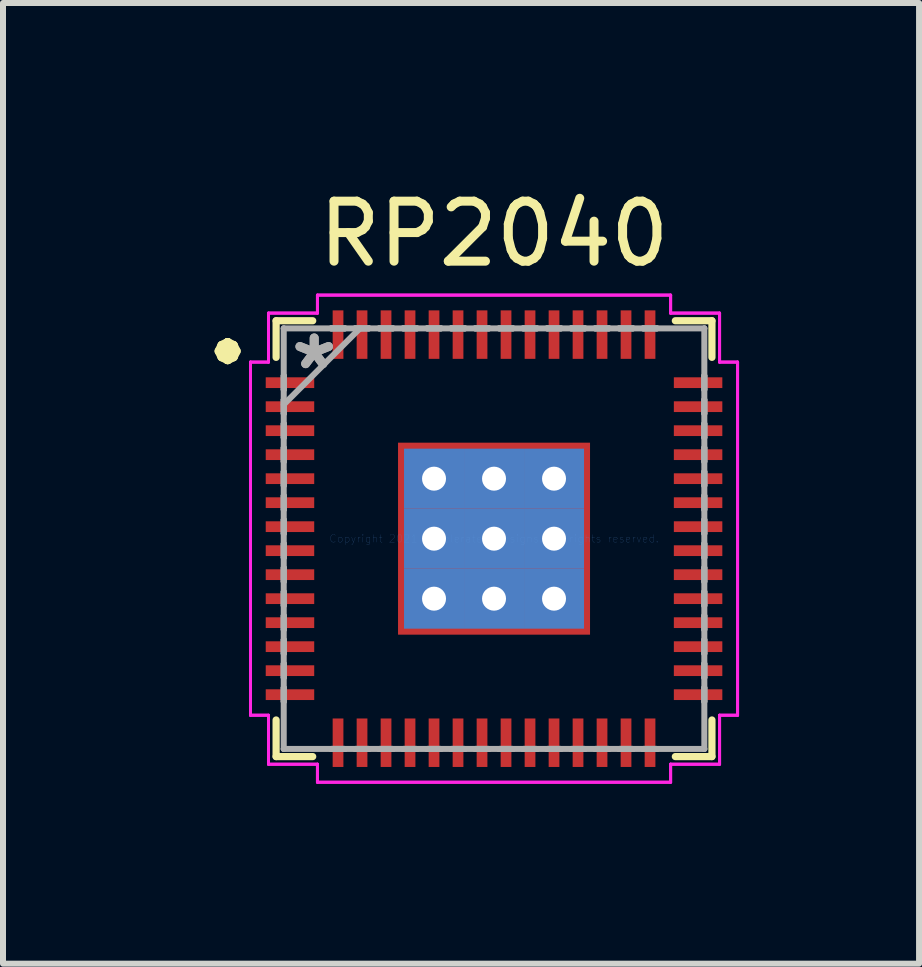
<source format=kicad_pcb>
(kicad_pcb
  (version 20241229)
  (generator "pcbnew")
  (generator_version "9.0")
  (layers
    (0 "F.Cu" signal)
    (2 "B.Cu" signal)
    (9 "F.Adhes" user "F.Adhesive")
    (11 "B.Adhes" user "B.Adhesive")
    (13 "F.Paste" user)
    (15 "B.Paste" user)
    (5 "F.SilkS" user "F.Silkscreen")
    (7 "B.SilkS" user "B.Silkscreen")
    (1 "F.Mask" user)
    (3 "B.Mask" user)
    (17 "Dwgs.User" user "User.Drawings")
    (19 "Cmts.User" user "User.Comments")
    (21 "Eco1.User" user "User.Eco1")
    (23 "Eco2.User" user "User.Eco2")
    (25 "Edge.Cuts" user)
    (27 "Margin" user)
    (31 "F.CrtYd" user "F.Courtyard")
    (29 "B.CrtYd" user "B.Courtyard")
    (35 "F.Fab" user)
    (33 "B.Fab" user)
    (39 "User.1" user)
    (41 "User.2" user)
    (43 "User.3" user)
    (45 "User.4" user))
  (footprint "RP2040"
    (layer "F.Cu")
    (at 5.184 5.928)
    (property "Reference" "RP2040" (at 0 -5.08 0) (layer "F.SilkS") (effects (font (size 1 1) (thickness 0.15))))
    (attr through_hole)
    (fp_line (start -3.632 -3.632) (end -3.632 -3.022) (stroke (width 0.12) (type solid)) (layer "F.SilkS"))
    (fp_line (start -3.632 3.022) (end -3.632 3.632) (stroke (width 0.12) (type solid)) (layer "F.SilkS"))
    (fp_line (start -3.632 3.632) (end -3.022 3.632) (stroke (width 0.12) (type solid)) (layer "F.SilkS"))
    (fp_line (start -3.022 -3.632) (end -3.632 -3.632) (stroke (width 0.12) (type solid)) (layer "F.SilkS"))
    (fp_line (start 3.022 3.632) (end 3.632 3.632) (stroke (width 0.12) (type solid)) (layer "F.SilkS"))
    (fp_line (start 3.632 -3.632) (end 3.022 -3.632) (stroke (width 0.12) (type solid)) (layer "F.SilkS"))
    (fp_line (start 3.632 -3.022) (end 3.632 -3.632) (stroke (width 0.12) (type solid)) (layer "F.SilkS"))
    (fp_line (start 3.632 3.632) (end 3.632 3.022) (stroke (width 0.12) (type solid)) (layer "F.SilkS"))
    (fp_poly (pts (xy -1.5 -1.5) (xy -1.5 -0.1) (xy -0.1 -0.1) (xy -0.1 -1.5)) (stroke (width 0.1) (type solid)) (fill yes) (layer "F.Paste"))
    (fp_poly (pts (xy -1.5 0.1) (xy -1.5 1.5) (xy -0.1 1.5) (xy -0.1 0.1)) (stroke (width 0.1) (type solid)) (fill yes) (layer "F.Paste"))
    (fp_poly (pts (xy 0.1 -1.5) (xy 0.1 -0.1) (xy 1.5 -0.1) (xy 1.5 -1.5)) (stroke (width 0.1) (type solid)) (fill yes) (layer "F.Paste"))
    (fp_poly (pts (xy 0.1 0.1) (xy 0.1 1.5) (xy 1.5 1.5) (xy 1.5 0.1)) (stroke (width 0.1) (type solid)) (fill yes) (layer "F.Paste"))
    (fp_line (start -4.059 -2.943) (end -3.759 -2.943) (stroke (width 0.05) (type solid)) (layer "F.CrtYd"))
    (fp_line (start -4.059 -2.943) (end -3.759 -2.943) (stroke (width 0.05) (type solid)) (layer "F.CrtYd"))
    (fp_line (start -4.059 2.943) (end -4.059 -2.943) (stroke (width 0.05) (type solid)) (layer "F.CrtYd"))
    (fp_line (start -4.059 2.943) (end -4.059 -2.943) (stroke (width 0.05) (type solid)) (layer "F.CrtYd"))
    (fp_line (start -3.759 -3.759) (end -2.943 -3.759) (stroke (width 0.05) (type solid)) (layer "F.CrtYd"))
    (fp_line (start -3.759 -3.759) (end -2.943 -3.759) (stroke (width 0.05) (type solid)) (layer "F.CrtYd"))
    (fp_line (start -3.759 -2.943) (end -3.759 -3.759) (stroke (width 0.05) (type solid)) (layer "F.CrtYd"))
    (fp_line (start -3.759 -2.943) (end -3.759 -3.759) (stroke (width 0.05) (type solid)) (layer "F.CrtYd"))
    (fp_line (start -3.759 2.943) (end -4.059 2.943) (stroke (width 0.05) (type solid)) (layer "F.CrtYd"))
    (fp_line (start -3.759 2.943) (end -4.059 2.943) (stroke (width 0.05) (type solid)) (layer "F.CrtYd"))
    (fp_line (start -3.759 3.759) (end -3.759 2.943) (stroke (width 0.05) (type solid)) (layer "F.CrtYd"))
    (fp_line (start -3.759 3.759) (end -3.759 2.943) (stroke (width 0.05) (type solid)) (layer "F.CrtYd"))
    (fp_line (start -2.943 -4.059) (end 2.943 -4.059) (stroke (width 0.05) (type solid)) (layer "F.CrtYd"))
    (fp_line (start -2.943 -4.059) (end 2.943 -4.059) (stroke (width 0.05) (type solid)) (layer "F.CrtYd"))
    (fp_line (start -2.943 -3.759) (end -2.943 -4.059) (stroke (width 0.05) (type solid)) (layer "F.CrtYd"))
    (fp_line (start -2.943 -3.759) (end -2.943 -4.059) (stroke (width 0.05) (type solid)) (layer "F.CrtYd"))
    (fp_line (start -2.943 3.759) (end -3.759 3.759) (stroke (width 0.05) (type solid)) (layer "F.CrtYd"))
    (fp_line (start -2.943 3.759) (end -3.759 3.759) (stroke (width 0.05) (type solid)) (layer "F.CrtYd"))
    (fp_line (start -2.943 4.059) (end -2.943 3.759) (stroke (width 0.05) (type solid)) (layer "F.CrtYd"))
    (fp_line (start -2.943 4.059) (end -2.943 3.759) (stroke (width 0.05) (type solid)) (layer "F.CrtYd"))
    (fp_line (start 2.943 -4.059) (end 2.943 -3.759) (stroke (width 0.05) (type solid)) (layer "F.CrtYd"))
    (fp_line (start 2.943 -4.059) (end 2.943 -3.759) (stroke (width 0.05) (type solid)) (layer "F.CrtYd"))
    (fp_line (start 2.943 -3.759) (end 3.759 -3.759) (stroke (width 0.05) (type solid)) (layer "F.CrtYd"))
    (fp_line (start 2.943 -3.759) (end 3.759 -3.759) (stroke (width 0.05) (type solid)) (layer "F.CrtYd"))
    (fp_line (start 2.943 3.759) (end 2.943 4.059) (stroke (width 0.05) (type solid)) (layer "F.CrtYd"))
    (fp_line (start 2.943 3.759) (end 2.943 4.059) (stroke (width 0.05) (type solid)) (layer "F.CrtYd"))
    (fp_line (start 2.943 4.059) (end -2.943 4.059) (stroke (width 0.05) (type solid)) (layer "F.CrtYd"))
    (fp_line (start 2.943 4.059) (end -2.943 4.059) (stroke (width 0.05) (type solid)) (layer "F.CrtYd"))
    (fp_line (start 3.759 -3.759) (end 3.759 -2.943) (stroke (width 0.05) (type solid)) (layer "F.CrtYd"))
    (fp_line (start 3.759 -3.759) (end 3.759 -2.943) (stroke (width 0.05) (type solid)) (layer "F.CrtYd"))
    (fp_line (start 3.759 -2.943) (end 4.059 -2.943) (stroke (width 0.05) (type solid)) (layer "F.CrtYd"))
    (fp_line (start 3.759 -2.943) (end 4.059 -2.943) (stroke (width 0.05) (type solid)) (layer "F.CrtYd"))
    (fp_line (start 3.759 2.943) (end 3.759 3.759) (stroke (width 0.05) (type solid)) (layer "F.CrtYd"))
    (fp_line (start 3.759 2.943) (end 3.759 3.759) (stroke (width 0.05) (type solid)) (layer "F.CrtYd"))
    (fp_line (start 3.759 3.759) (end 2.943 3.759) (stroke (width 0.05) (type solid)) (layer "F.CrtYd"))
    (fp_line (start 3.759 3.759) (end 2.943 3.759) (stroke (width 0.05) (type solid)) (layer "F.CrtYd"))
    (fp_line (start 4.059 -2.943) (end 4.059 2.943) (stroke (width 0.05) (type solid)) (layer "F.CrtYd"))
    (fp_line (start 4.059 -2.943) (end 4.059 2.943) (stroke (width 0.05) (type solid)) (layer "F.CrtYd"))
    (fp_line (start 4.059 2.943) (end 3.759 2.943) (stroke (width 0.05) (type solid)) (layer "F.CrtYd"))
    (fp_line (start 4.059 2.943) (end 3.759 2.943) (stroke (width 0.05) (type solid)) (layer "F.CrtYd"))
    (fp_line (start -3.505 -3.505) (end -3.505 -3.505) (stroke (width 0.1) (type solid)) (layer "F.Fab"))
    (fp_line (start -3.505 -3.505) (end -3.505 3.505) (stroke (width 0.1) (type solid)) (layer "F.Fab"))
    (fp_line (start -3.505 -2.714) (end -3.505 -2.714) (stroke (width 0.1) (type solid)) (layer "F.Fab"))
    (fp_line (start -3.505 -2.714) (end -3.505 -2.486) (stroke (width 0.1) (type solid)) (layer "F.Fab"))
    (fp_line (start -3.505 -2.486) (end -3.505 -2.714) (stroke (width 0.1) (type solid)) (layer "F.Fab"))
    (fp_line (start -3.505 -2.486) (end -3.505 -2.486) (stroke (width 0.1) (type solid)) (layer "F.Fab"))
    (fp_line (start -3.505 -2.314) (end -3.505 -2.314) (stroke (width 0.1) (type solid)) (layer "F.Fab"))
    (fp_line (start -3.505 -2.314) (end -3.505 -2.086) (stroke (width 0.1) (type solid)) (layer "F.Fab"))
    (fp_line (start -3.505 -2.235) (end -2.235 -3.505) (stroke (width 0.1) (type solid)) (layer "F.Fab"))
    (fp_line (start -3.505 -2.086) (end -3.505 -2.314) (stroke (width 0.1) (type solid)) (layer "F.Fab"))
    (fp_line (start -3.505 -2.086) (end -3.505 -2.086) (stroke (width 0.1) (type solid)) (layer "F.Fab"))
    (fp_line (start -3.505 -1.914) (end -3.505 -1.914) (stroke (width 0.1) (type solid)) (layer "F.Fab"))
    (fp_line (start -3.505 -1.914) (end -3.505 -1.686) (stroke (width 0.1) (type solid)) (layer "F.Fab"))
    (fp_line (start -3.505 -1.686) (end -3.505 -1.914) (stroke (width 0.1) (type solid)) (layer "F.Fab"))
    (fp_line (start -3.505 -1.686) (end -3.505 -1.686) (stroke (width 0.1) (type solid)) (layer "F.Fab"))
    (fp_line (start -3.505 -1.514) (end -3.505 -1.514) (stroke (width 0.1) (type solid)) (layer "F.Fab"))
    (fp_line (start -3.505 -1.514) (end -3.505 -1.286) (stroke (width 0.1) (type solid)) (layer "F.Fab"))
    (fp_line (start -3.505 -1.286) (end -3.505 -1.514) (stroke (width 0.1) (type solid)) (layer "F.Fab"))
    (fp_line (start -3.505 -1.286) (end -3.505 -1.286) (stroke (width 0.1) (type solid)) (layer "F.Fab"))
    (fp_line (start -3.505 -1.114) (end -3.505 -1.114) (stroke (width 0.1) (type solid)) (layer "F.Fab"))
    (fp_line (start -3.505 -1.114) (end -3.505 -0.886) (stroke (width 0.1) (type solid)) (layer "F.Fab"))
    (fp_line (start -3.505 -0.886) (end -3.505 -1.114) (stroke (width 0.1) (type solid)) (layer "F.Fab"))
    (fp_line (start -3.505 -0.886) (end -3.505 -0.886) (stroke (width 0.1) (type solid)) (layer "F.Fab"))
    (fp_line (start -3.505 -0.714) (end -3.505 -0.714) (stroke (width 0.1) (type solid)) (layer "F.Fab"))
    (fp_line (start -3.505 -0.714) (end -3.505 -0.486) (stroke (width 0.1) (type solid)) (layer "F.Fab"))
    (fp_line (start -3.505 -0.486) (end -3.505 -0.714) (stroke (width 0.1) (type solid)) (layer "F.Fab"))
    (fp_line (start -3.505 -0.486) (end -3.505 -0.486) (stroke (width 0.1) (type solid)) (layer "F.Fab"))
    (fp_line (start -3.505 -0.314) (end -3.505 -0.314) (stroke (width 0.1) (type solid)) (layer "F.Fab"))
    (fp_line (start -3.505 -0.314) (end -3.505 -0.086) (stroke (width 0.1) (type solid)) (layer "F.Fab"))
    (fp_line (start -3.505 -0.086) (end -3.505 -0.314) (stroke (width 0.1) (type solid)) (layer "F.Fab"))
    (fp_line (start -3.505 -0.086) (end -3.505 -0.086) (stroke (width 0.1) (type solid)) (layer "F.Fab"))
    (fp_line (start -3.505 0.086) (end -3.505 0.086) (stroke (width 0.1) (type solid)) (layer "F.Fab"))
    (fp_line (start -3.505 0.086) (end -3.505 0.314) (stroke (width 0.1) (type solid)) (layer "F.Fab"))
    (fp_line (start -3.505 0.314) (end -3.505 0.086) (stroke (width 0.1) (type solid)) (layer "F.Fab"))
    (fp_line (start -3.505 0.314) (end -3.505 0.314) (stroke (width 0.1) (type solid)) (layer "F.Fab"))
    (fp_line (start -3.505 0.486) (end -3.505 0.486) (stroke (width 0.1) (type solid)) (layer "F.Fab"))
    (fp_line (start -3.505 0.486) (end -3.505 0.714) (stroke (width 0.1) (type solid)) (layer "F.Fab"))
    (fp_line (start -3.505 0.714) (end -3.505 0.486) (stroke (width 0.1) (type solid)) (layer "F.Fab"))
    (fp_line (start -3.505 0.714) (end -3.505 0.714) (stroke (width 0.1) (type solid)) (layer "F.Fab"))
    (fp_line (start -3.505 0.886) (end -3.505 0.886) (stroke (width 0.1) (type solid)) (layer "F.Fab"))
    (fp_line (start -3.505 0.886) (end -3.505 1.114) (stroke (width 0.1) (type solid)) (layer "F.Fab"))
    (fp_line (start -3.505 1.114) (end -3.505 0.886) (stroke (width 0.1) (type solid)) (layer "F.Fab"))
    (fp_line (start -3.505 1.114) (end -3.505 1.114) (stroke (width 0.1) (type solid)) (layer "F.Fab"))
    (fp_line (start -3.505 1.286) (end -3.505 1.286) (stroke (width 0.1) (type solid)) (layer "F.Fab"))
    (fp_line (start -3.505 1.286) (end -3.505 1.514) (stroke (width 0.1) (type solid)) (layer "F.Fab"))
    (fp_line (start -3.505 1.514) (end -3.505 1.286) (stroke (width 0.1) (type solid)) (layer "F.Fab"))
    (fp_line (start -3.505 1.514) (end -3.505 1.514) (stroke (width 0.1) (type solid)) (layer "F.Fab"))
    (fp_line (start -3.505 1.686) (end -3.505 1.686) (stroke (width 0.1) (type solid)) (layer "F.Fab"))
    (fp_line (start -3.505 1.686) (end -3.505 1.914) (stroke (width 0.1) (type solid)) (layer "F.Fab"))
    (fp_line (start -3.505 1.914) (end -3.505 1.686) (stroke (width 0.1) (type solid)) (layer "F.Fab"))
    (fp_line (start -3.505 1.914) (end -3.505 1.914) (stroke (width 0.1) (type solid)) (layer "F.Fab"))
    (fp_line (start -3.505 2.086) (end -3.505 2.086) (stroke (width 0.1) (type solid)) (layer "F.Fab"))
    (fp_line (start -3.505 2.086) (end -3.505 2.314) (stroke (width 0.1) (type solid)) (layer "F.Fab"))
    (fp_line (start -3.505 2.314) (end -3.505 2.086) (stroke (width 0.1) (type solid)) (layer "F.Fab"))
    (fp_line (start -3.505 2.314) (end -3.505 2.314) (stroke (width 0.1) (type solid)) (layer "F.Fab"))
    (fp_line (start -3.505 2.486) (end -3.505 2.486) (stroke (width 0.1) (type solid)) (layer "F.Fab"))
    (fp_line (start -3.505 2.486) (end -3.505 2.714) (stroke (width 0.1) (type solid)) (layer "F.Fab"))
    (fp_line (start -3.505 2.714) (end -3.505 2.486) (stroke (width 0.1) (type solid)) (layer "F.Fab"))
    (fp_line (start -3.505 2.714) (end -3.505 2.714) (stroke (width 0.1) (type solid)) (layer "F.Fab"))
    (fp_line (start -3.505 3.505) (end -3.505 3.505) (stroke (width 0.1) (type solid)) (layer "F.Fab"))
    (fp_line (start -3.505 3.505) (end 3.505 3.505) (stroke (width 0.1) (type solid)) (layer "F.Fab"))
    (fp_line (start -2.714 -3.505) (end -2.714 -3.505) (stroke (width 0.1) (type solid)) (layer "F.Fab"))
    (fp_line (start -2.714 -3.505) (end -2.486 -3.505) (stroke (width 0.1) (type solid)) (layer "F.Fab"))
    (fp_line (start -2.714 3.505) (end -2.714 3.505) (stroke (width 0.1) (type solid)) (layer "F.Fab"))
    (fp_line (start -2.714 3.505) (end -2.486 3.505) (stroke (width 0.1) (type solid)) (layer "F.Fab"))
    (fp_line (start -2.486 -3.505) (end -2.714 -3.505) (stroke (width 0.1) (type solid)) (layer "F.Fab"))
    (fp_line (start -2.486 -3.505) (end -2.486 -3.505) (stroke (width 0.1) (type solid)) (layer "F.Fab"))
    (fp_line (start -2.486 3.505) (end -2.714 3.505) (stroke (width 0.1) (type solid)) (layer "F.Fab"))
    (fp_line (start -2.486 3.505) (end -2.486 3.505) (stroke (width 0.1) (type solid)) (layer "F.Fab"))
    (fp_line (start -2.314 -3.505) (end -2.314 -3.505) (stroke (width 0.1) (type solid)) (layer "F.Fab"))
    (fp_line (start -2.314 -3.505) (end -2.086 -3.505) (stroke (width 0.1) (type solid)) (layer "F.Fab"))
    (fp_line (start -2.314 3.505) (end -2.314 3.505) (stroke (width 0.1) (type solid)) (layer "F.Fab"))
    (fp_line (start -2.314 3.505) (end -2.086 3.505) (stroke (width 0.1) (type solid)) (layer "F.Fab"))
    (fp_line (start -2.086 -3.505) (end -2.314 -3.505) (stroke (width 0.1) (type solid)) (layer "F.Fab"))
    (fp_line (start -2.086 -3.505) (end -2.086 -3.505) (stroke (width 0.1) (type solid)) (layer "F.Fab"))
    (fp_line (start -2.086 3.505) (end -2.314 3.505) (stroke (width 0.1) (type solid)) (layer "F.Fab"))
    (fp_line (start -2.086 3.505) (end -2.086 3.505) (stroke (width 0.1) (type solid)) (layer "F.Fab"))
    (fp_line (start -1.914 -3.505) (end -1.914 -3.505) (stroke (width 0.1) (type solid)) (layer "F.Fab"))
    (fp_line (start -1.914 -3.505) (end -1.686 -3.505) (stroke (width 0.1) (type solid)) (layer "F.Fab"))
    (fp_line (start -1.914 3.505) (end -1.914 3.505) (stroke (width 0.1) (type solid)) (layer "F.Fab"))
    (fp_line (start -1.914 3.505) (end -1.686 3.505) (stroke (width 0.1) (type solid)) (layer "F.Fab"))
    (fp_line (start -1.686 -3.505) (end -1.914 -3.505) (stroke (width 0.1) (type solid)) (layer "F.Fab"))
    (fp_line (start -1.686 -3.505) (end -1.686 -3.505) (stroke (width 0.1) (type solid)) (layer "F.Fab"))
    (fp_line (start -1.686 3.505) (end -1.914 3.505) (stroke (width 0.1) (type solid)) (layer "F.Fab"))
    (fp_line (start -1.686 3.505) (end -1.686 3.505) (stroke (width 0.1) (type solid)) (layer "F.Fab"))
    (fp_line (start -1.514 -3.505) (end -1.514 -3.505) (stroke (width 0.1) (type solid)) (layer "F.Fab"))
    (fp_line (start -1.514 -3.505) (end -1.286 -3.505) (stroke (width 0.1) (type solid)) (layer "F.Fab"))
    (fp_line (start -1.514 3.505) (end -1.514 3.505) (stroke (width 0.1) (type solid)) (layer "F.Fab"))
    (fp_line (start -1.514 3.505) (end -1.286 3.505) (stroke (width 0.1) (type solid)) (layer "F.Fab"))
    (fp_line (start -1.286 -3.505) (end -1.514 -3.505) (stroke (width 0.1) (type solid)) (layer "F.Fab"))
    (fp_line (start -1.286 -3.505) (end -1.286 -3.505) (stroke (width 0.1) (type solid)) (layer "F.Fab"))
    (fp_line (start -1.286 3.505) (end -1.514 3.505) (stroke (width 0.1) (type solid)) (layer "F.Fab"))
    (fp_line (start -1.286 3.505) (end -1.286 3.505) (stroke (width 0.1) (type solid)) (layer "F.Fab"))
    (fp_line (start -1.114 -3.505) (end -1.114 -3.505) (stroke (width 0.1) (type solid)) (layer "F.Fab"))
    (fp_line (start -1.114 -3.505) (end -0.886 -3.505) (stroke (width 0.1) (type solid)) (layer "F.Fab"))
    (fp_line (start -1.114 3.505) (end -1.114 3.505) (stroke (width 0.1) (type solid)) (layer "F.Fab"))
    (fp_line (start -1.114 3.505) (end -0.886 3.505) (stroke (width 0.1) (type solid)) (layer "F.Fab"))
    (fp_line (start -0.886 -3.505) (end -1.114 -3.505) (stroke (width 0.1) (type solid)) (layer "F.Fab"))
    (fp_line (start -0.886 -3.505) (end -0.886 -3.505) (stroke (width 0.1) (type solid)) (layer "F.Fab"))
    (fp_line (start -0.886 3.505) (end -1.114 3.505) (stroke (width 0.1) (type solid)) (layer "F.Fab"))
    (fp_line (start -0.886 3.505) (end -0.886 3.505) (stroke (width 0.1) (type solid)) (layer "F.Fab"))
    (fp_line (start -0.714 -3.505) (end -0.714 -3.505) (stroke (width 0.1) (type solid)) (layer "F.Fab"))
    (fp_line (start -0.714 -3.505) (end -0.486 -3.505) (stroke (width 0.1) (type solid)) (layer "F.Fab"))
    (fp_line (start -0.714 3.505) (end -0.714 3.505) (stroke (width 0.1) (type solid)) (layer "F.Fab"))
    (fp_line (start -0.714 3.505) (end -0.486 3.505) (stroke (width 0.1) (type solid)) (layer "F.Fab"))
    (fp_line (start -0.486 -3.505) (end -0.714 -3.505) (stroke (width 0.1) (type solid)) (layer "F.Fab"))
    (fp_line (start -0.486 -3.505) (end -0.486 -3.505) (stroke (width 0.1) (type solid)) (layer "F.Fab"))
    (fp_line (start -0.486 3.505) (end -0.714 3.505) (stroke (width 0.1) (type solid)) (layer "F.Fab"))
    (fp_line (start -0.486 3.505) (end -0.486 3.505) (stroke (width 0.1) (type solid)) (layer "F.Fab"))
    (fp_line (start -0.314 -3.505) (end -0.314 -3.505) (stroke (width 0.1) (type solid)) (layer "F.Fab"))
    (fp_line (start -0.314 -3.505) (end -0.086 -3.505) (stroke (width 0.1) (type solid)) (layer "F.Fab"))
    (fp_line (start -0.314 3.505) (end -0.314 3.505) (stroke (width 0.1) (type solid)) (layer "F.Fab"))
    (fp_line (start -0.314 3.505) (end -0.086 3.505) (stroke (width 0.1) (type solid)) (layer "F.Fab"))
    (fp_line (start -0.086 -3.505) (end -0.314 -3.505) (stroke (width 0.1) (type solid)) (layer "F.Fab"))
    (fp_line (start -0.086 -3.505) (end -0.086 -3.505) (stroke (width 0.1) (type solid)) (layer "F.Fab"))
    (fp_line (start -0.086 3.505) (end -0.314 3.505) (stroke (width 0.1) (type solid)) (layer "F.Fab"))
    (fp_line (start -0.086 3.505) (end -0.086 3.505) (stroke (width 0.1) (type solid)) (layer "F.Fab"))
    (fp_line (start 0.086 -3.505) (end 0.086 -3.505) (stroke (width 0.1) (type solid)) (layer "F.Fab"))
    (fp_line (start 0.086 -3.505) (end 0.314 -3.505) (stroke (width 0.1) (type solid)) (layer "F.Fab"))
    (fp_line (start 0.086 3.505) (end 0.086 3.505) (stroke (width 0.1) (type solid)) (layer "F.Fab"))
    (fp_line (start 0.086 3.505) (end 0.314 3.505) (stroke (width 0.1) (type solid)) (layer "F.Fab"))
    (fp_line (start 0.314 -3.505) (end 0.086 -3.505) (stroke (width 0.1) (type solid)) (layer "F.Fab"))
    (fp_line (start 0.314 -3.505) (end 0.314 -3.505) (stroke (width 0.1) (type solid)) (layer "F.Fab"))
    (fp_line (start 0.314 3.505) (end 0.086 3.505) (stroke (width 0.1) (type solid)) (layer "F.Fab"))
    (fp_line (start 0.314 3.505) (end 0.314 3.505) (stroke (width 0.1) (type solid)) (layer "F.Fab"))
    (fp_line (start 0.486 -3.505) (end 0.486 -3.505) (stroke (width 0.1) (type solid)) (layer "F.Fab"))
    (fp_line (start 0.486 -3.505) (end 0.714 -3.505) (stroke (width 0.1) (type solid)) (layer "F.Fab"))
    (fp_line (start 0.486 3.505) (end 0.486 3.505) (stroke (width 0.1) (type solid)) (layer "F.Fab"))
    (fp_line (start 0.486 3.505) (end 0.714 3.505) (stroke (width 0.1) (type solid)) (layer "F.Fab"))
    (fp_line (start 0.714 -3.505) (end 0.486 -3.505) (stroke (width 0.1) (type solid)) (layer "F.Fab"))
    (fp_line (start 0.714 -3.505) (end 0.714 -3.505) (stroke (width 0.1) (type solid)) (layer "F.Fab"))
    (fp_line (start 0.714 3.505) (end 0.486 3.505) (stroke (width 0.1) (type solid)) (layer "F.Fab"))
    (fp_line (start 0.714 3.505) (end 0.714 3.505) (stroke (width 0.1) (type solid)) (layer "F.Fab"))
    (fp_line (start 0.886 -3.505) (end 0.886 -3.505) (stroke (width 0.1) (type solid)) (layer "F.Fab"))
    (fp_line (start 0.886 -3.505) (end 1.114 -3.505) (stroke (width 0.1) (type solid)) (layer "F.Fab"))
    (fp_line (start 0.886 3.505) (end 0.886 3.505) (stroke (width 0.1) (type solid)) (layer "F.Fab"))
    (fp_line (start 0.886 3.505) (end 1.114 3.505) (stroke (width 0.1) (type solid)) (layer "F.Fab"))
    (fp_line (start 1.114 -3.505) (end 0.886 -3.505) (stroke (width 0.1) (type solid)) (layer "F.Fab"))
    (fp_line (start 1.114 -3.505) (end 1.114 -3.505) (stroke (width 0.1) (type solid)) (layer "F.Fab"))
    (fp_line (start 1.114 3.505) (end 0.886 3.505) (stroke (width 0.1) (type solid)) (layer "F.Fab"))
    (fp_line (start 1.114 3.505) (end 1.114 3.505) (stroke (width 0.1) (type solid)) (layer "F.Fab"))
    (fp_line (start 1.286 -3.505) (end 1.286 -3.505) (stroke (width 0.1) (type solid)) (layer "F.Fab"))
    (fp_line (start 1.286 -3.505) (end 1.514 -3.505) (stroke (width 0.1) (type solid)) (layer "F.Fab"))
    (fp_line (start 1.286 3.505) (end 1.286 3.505) (stroke (width 0.1) (type solid)) (layer "F.Fab"))
    (fp_line (start 1.286 3.505) (end 1.514 3.505) (stroke (width 0.1) (type solid)) (layer "F.Fab"))
    (fp_line (start 1.514 -3.505) (end 1.286 -3.505) (stroke (width 0.1) (type solid)) (layer "F.Fab"))
    (fp_line (start 1.514 -3.505) (end 1.514 -3.505) (stroke (width 0.1) (type solid)) (layer "F.Fab"))
    (fp_line (start 1.514 3.505) (end 1.286 3.505) (stroke (width 0.1) (type solid)) (layer "F.Fab"))
    (fp_line (start 1.514 3.505) (end 1.514 3.505) (stroke (width 0.1) (type solid)) (layer "F.Fab"))
    (fp_line (start 1.686 -3.505) (end 1.686 -3.505) (stroke (width 0.1) (type solid)) (layer "F.Fab"))
    (fp_line (start 1.686 -3.505) (end 1.914 -3.505) (stroke (width 0.1) (type solid)) (layer "F.Fab"))
    (fp_line (start 1.686 3.505) (end 1.686 3.505) (stroke (width 0.1) (type solid)) (layer "F.Fab"))
    (fp_line (start 1.686 3.505) (end 1.914 3.505) (stroke (width 0.1) (type solid)) (layer "F.Fab"))
    (fp_line (start 1.914 -3.505) (end 1.686 -3.505) (stroke (width 0.1) (type solid)) (layer "F.Fab"))
    (fp_line (start 1.914 -3.505) (end 1.914 -3.505) (stroke (width 0.1) (type solid)) (layer "F.Fab"))
    (fp_line (start 1.914 3.505) (end 1.686 3.505) (stroke (width 0.1) (type solid)) (layer "F.Fab"))
    (fp_line (start 1.914 3.505) (end 1.914 3.505) (stroke (width 0.1) (type solid)) (layer "F.Fab"))
    (fp_line (start 2.086 -3.505) (end 2.086 -3.505) (stroke (width 0.1) (type solid)) (layer "F.Fab"))
    (fp_line (start 2.086 -3.505) (end 2.314 -3.505) (stroke (width 0.1) (type solid)) (layer "F.Fab"))
    (fp_line (start 2.086 3.505) (end 2.086 3.505) (stroke (width 0.1) (type solid)) (layer "F.Fab"))
    (fp_line (start 2.086 3.505) (end 2.314 3.505) (stroke (width 0.1) (type solid)) (layer "F.Fab"))
    (fp_line (start 2.314 -3.505) (end 2.086 -3.505) (stroke (width 0.1) (type solid)) (layer "F.Fab"))
    (fp_line (start 2.314 -3.505) (end 2.314 -3.505) (stroke (width 0.1) (type solid)) (layer "F.Fab"))
    (fp_line (start 2.314 3.505) (end 2.086 3.505) (stroke (width 0.1) (type solid)) (layer "F.Fab"))
    (fp_line (start 2.314 3.505) (end 2.314 3.505) (stroke (width 0.1) (type solid)) (layer "F.Fab"))
    (fp_line (start 2.486 -3.505) (end 2.486 -3.505) (stroke (width 0.1) (type solid)) (layer "F.Fab"))
    (fp_line (start 2.486 -3.505) (end 2.714 -3.505) (stroke (width 0.1) (type solid)) (layer "F.Fab"))
    (fp_line (start 2.486 3.505) (end 2.486 3.505) (stroke (width 0.1) (type solid)) (layer "F.Fab"))
    (fp_line (start 2.486 3.505) (end 2.714 3.505) (stroke (width 0.1) (type solid)) (layer "F.Fab"))
    (fp_line (start 2.714 -3.505) (end 2.486 -3.505) (stroke (width 0.1) (type solid)) (layer "F.Fab"))
    (fp_line (start 2.714 -3.505) (end 2.714 -3.505) (stroke (width 0.1) (type solid)) (layer "F.Fab"))
    (fp_line (start 2.714 3.505) (end 2.486 3.505) (stroke (width 0.1) (type solid)) (layer "F.Fab"))
    (fp_line (start 2.714 3.505) (end 2.714 3.505) (stroke (width 0.1) (type solid)) (layer "F.Fab"))
    (fp_line (start 3.505 -3.505) (end -3.505 -3.505) (stroke (width 0.1) (type solid)) (layer "F.Fab"))
    (fp_line (start 3.505 -3.505) (end 3.505 -3.505) (stroke (width 0.1) (type solid)) (layer "F.Fab"))
    (fp_line (start 3.505 -2.714) (end 3.505 -2.714) (stroke (width 0.1) (type solid)) (layer "F.Fab"))
    (fp_line (start 3.505 -2.714) (end 3.505 -2.486) (stroke (width 0.1) (type solid)) (layer "F.Fab"))
    (fp_line (start 3.505 -2.486) (end 3.505 -2.714) (stroke (width 0.1) (type solid)) (layer "F.Fab"))
    (fp_line (start 3.505 -2.486) (end 3.505 -2.486) (stroke (width 0.1) (type solid)) (layer "F.Fab"))
    (fp_line (start 3.505 -2.314) (end 3.505 -2.314) (stroke (width 0.1) (type solid)) (layer "F.Fab"))
    (fp_line (start 3.505 -2.314) (end 3.505 -2.086) (stroke (width 0.1) (type solid)) (layer "F.Fab"))
    (fp_line (start 3.505 -2.086) (end 3.505 -2.314) (stroke (width 0.1) (type solid)) (layer "F.Fab"))
    (fp_line (start 3.505 -2.086) (end 3.505 -2.086) (stroke (width 0.1) (type solid)) (layer "F.Fab"))
    (fp_line (start 3.505 -1.914) (end 3.505 -1.914) (stroke (width 0.1) (type solid)) (layer "F.Fab"))
    (fp_line (start 3.505 -1.914) (end 3.505 -1.686) (stroke (width 0.1) (type solid)) (layer "F.Fab"))
    (fp_line (start 3.505 -1.686) (end 3.505 -1.914) (stroke (width 0.1) (type solid)) (layer "F.Fab"))
    (fp_line (start 3.505 -1.686) (end 3.505 -1.686) (stroke (width 0.1) (type solid)) (layer "F.Fab"))
    (fp_line (start 3.505 -1.514) (end 3.505 -1.514) (stroke (width 0.1) (type solid)) (layer "F.Fab"))
    (fp_line (start 3.505 -1.514) (end 3.505 -1.286) (stroke (width 0.1) (type solid)) (layer "F.Fab"))
    (fp_line (start 3.505 -1.286) (end 3.505 -1.514) (stroke (width 0.1) (type solid)) (layer "F.Fab"))
    (fp_line (start 3.505 -1.286) (end 3.505 -1.286) (stroke (width 0.1) (type solid)) (layer "F.Fab"))
    (fp_line (start 3.505 -1.114) (end 3.505 -1.114) (stroke (width 0.1) (type solid)) (layer "F.Fab"))
    (fp_line (start 3.505 -1.114) (end 3.505 -0.886) (stroke (width 0.1) (type solid)) (layer "F.Fab"))
    (fp_line (start 3.505 -0.886) (end 3.505 -1.114) (stroke (width 0.1) (type solid)) (layer "F.Fab"))
    (fp_line (start 3.505 -0.886) (end 3.505 -0.886) (stroke (width 0.1) (type solid)) (layer "F.Fab"))
    (fp_line (start 3.505 -0.714) (end 3.505 -0.714) (stroke (width 0.1) (type solid)) (layer "F.Fab"))
    (fp_line (start 3.505 -0.714) (end 3.505 -0.486) (stroke (width 0.1) (type solid)) (layer "F.Fab"))
    (fp_line (start 3.505 -0.486) (end 3.505 -0.714) (stroke (width 0.1) (type solid)) (layer "F.Fab"))
    (fp_line (start 3.505 -0.486) (end 3.505 -0.486) (stroke (width 0.1) (type solid)) (layer "F.Fab"))
    (fp_line (start 3.505 -0.314) (end 3.505 -0.314) (stroke (width 0.1) (type solid)) (layer "F.Fab"))
    (fp_line (start 3.505 -0.314) (end 3.505 -0.086) (stroke (width 0.1) (type solid)) (layer "F.Fab"))
    (fp_line (start 3.505 -0.086) (end 3.505 -0.314) (stroke (width 0.1) (type solid)) (layer "F.Fab"))
    (fp_line (start 3.505 -0.086) (end 3.505 -0.086) (stroke (width 0.1) (type solid)) (layer "F.Fab"))
    (fp_line (start 3.505 0.086) (end 3.505 0.086) (stroke (width 0.1) (type solid)) (layer "F.Fab"))
    (fp_line (start 3.505 0.086) (end 3.505 0.314) (stroke (width 0.1) (type solid)) (layer "F.Fab"))
    (fp_line (start 3.505 0.314) (end 3.505 0.086) (stroke (width 0.1) (type solid)) (layer "F.Fab"))
    (fp_line (start 3.505 0.314) (end 3.505 0.314) (stroke (width 0.1) (type solid)) (layer "F.Fab"))
    (fp_line (start 3.505 0.486) (end 3.505 0.486) (stroke (width 0.1) (type solid)) (layer "F.Fab"))
    (fp_line (start 3.505 0.486) (end 3.505 0.714) (stroke (width 0.1) (type solid)) (layer "F.Fab"))
    (fp_line (start 3.505 0.714) (end 3.505 0.486) (stroke (width 0.1) (type solid)) (layer "F.Fab"))
    (fp_line (start 3.505 0.714) (end 3.505 0.714) (stroke (width 0.1) (type solid)) (layer "F.Fab"))
    (fp_line (start 3.505 0.886) (end 3.505 0.886) (stroke (width 0.1) (type solid)) (layer "F.Fab"))
    (fp_line (start 3.505 0.886) (end 3.505 1.114) (stroke (width 0.1) (type solid)) (layer "F.Fab"))
    (fp_line (start 3.505 1.114) (end 3.505 0.886) (stroke (width 0.1) (type solid)) (layer "F.Fab"))
    (fp_line (start 3.505 1.114) (end 3.505 1.114) (stroke (width 0.1) (type solid)) (layer "F.Fab"))
    (fp_line (start 3.505 1.286) (end 3.505 1.286) (stroke (width 0.1) (type solid)) (layer "F.Fab"))
    (fp_line (start 3.505 1.286) (end 3.505 1.514) (stroke (width 0.1) (type solid)) (layer "F.Fab"))
    (fp_line (start 3.505 1.514) (end 3.505 1.286) (stroke (width 0.1) (type solid)) (layer "F.Fab"))
    (fp_line (start 3.505 1.514) (end 3.505 1.514) (stroke (width 0.1) (type solid)) (layer "F.Fab"))
    (fp_line (start 3.505 1.686) (end 3.505 1.686) (stroke (width 0.1) (type solid)) (layer "F.Fab"))
    (fp_line (start 3.505 1.686) (end 3.505 1.914) (stroke (width 0.1) (type solid)) (layer "F.Fab"))
    (fp_line (start 3.505 1.914) (end 3.505 1.686) (stroke (width 0.1) (type solid)) (layer "F.Fab"))
    (fp_line (start 3.505 1.914) (end 3.505 1.914) (stroke (width 0.1) (type solid)) (layer "F.Fab"))
    (fp_line (start 3.505 2.086) (end 3.505 2.086) (stroke (width 0.1) (type solid)) (layer "F.Fab"))
    (fp_line (start 3.505 2.086) (end 3.505 2.314) (stroke (width 0.1) (type solid)) (layer "F.Fab"))
    (fp_line (start 3.505 2.314) (end 3.505 2.086) (stroke (width 0.1) (type solid)) (layer "F.Fab"))
    (fp_line (start 3.505 2.314) (end 3.505 2.314) (stroke (width 0.1) (type solid)) (layer "F.Fab"))
    (fp_line (start 3.505 2.486) (end 3.505 2.486) (stroke (width 0.1) (type solid)) (layer "F.Fab"))
    (fp_line (start 3.505 2.486) (end 3.505 2.714) (stroke (width 0.1) (type solid)) (layer "F.Fab"))
    (fp_line (start 3.505 2.714) (end 3.505 2.486) (stroke (width 0.1) (type solid)) (layer "F.Fab"))
    (fp_line (start 3.505 2.714) (end 3.505 2.714) (stroke (width 0.1) (type solid)) (layer "F.Fab"))
    (fp_line (start 3.505 3.505) (end 3.505 -3.505) (stroke (width 0.1) (type solid)) (layer "F.Fab"))
    (fp_line (start 3.505 3.505) (end 3.505 3.505) (stroke (width 0.1) (type solid)) (layer "F.Fab"))
    (fp_text user "•" (at -4.44 -3.2 0) (layer "F.SilkS") (effects (font (size 1 1) (thickness 0.15))))
    (fp_text user "Copyright 2021 Accelerated Designs. All rights reserved." (at 0 0 0) (layer "Cmts.User") (effects (font (size 0.127 0.127) (thickness 0.002))))
    (fp_text user "*" (at -2.997 -2.8 0) (layer "F.Fab") (effects (font (size 1 1) (thickness 0.15))))
    (fp_text user "*" (at -2.997 -2.8 0) (layer "F.Fab") (effects (font (size 1 1) (thickness 0.15))))
    (pad "1" smd rect (at -3.401 -2.6 90) (size 0.179 0.808) (layers "F.Cu" "F.Mask" "F.Paste"))
    (pad "2" smd rect (at -3.401 -2.2 90) (size 0.179 0.808) (layers "F.Cu" "F.Mask" "F.Paste"))
    (pad "3" smd rect (at -3.401 -1.8 90) (size 0.179 0.808) (layers "F.Cu" "F.Mask" "F.Paste"))
    (pad "4" smd rect (at -3.401 -1.4 90) (size 0.179 0.808) (layers "F.Cu" "F.Mask" "F.Paste"))
    (pad "5" smd rect (at -3.401 -1 90) (size 0.179 0.808) (layers "F.Cu" "F.Mask" "F.Paste"))
    (pad "6" smd rect (at -3.401 -0.6 90) (size 0.179 0.808) (layers "F.Cu" "F.Mask" "F.Paste"))
    (pad "7" smd rect (at -3.401 -0.2 90) (size 0.179 0.808) (layers "F.Cu" "F.Mask" "F.Paste"))
    (pad "8" smd rect (at -3.401 0.2 90) (size 0.179 0.808) (layers "F.Cu" "F.Mask" "F.Paste"))
    (pad "9" smd rect (at -3.401 0.6 90) (size 0.179 0.808) (layers "F.Cu" "F.Mask" "F.Paste"))
    (pad "10" smd rect (at -3.401 1 90) (size 0.179 0.808) (layers "F.Cu" "F.Mask" "F.Paste"))
    (pad "11" smd rect (at -3.401 1.4 90) (size 0.179 0.808) (layers "F.Cu" "F.Mask" "F.Paste"))
    (pad "12" smd rect (at -3.401 1.8 90) (size 0.179 0.808) (layers "F.Cu" "F.Mask" "F.Paste"))
    (pad "13" smd rect (at -3.401 2.2 90) (size 0.179 0.808) (layers "F.Cu" "F.Mask" "F.Paste"))
    (pad "14" smd rect (at -3.401 2.6 90) (size 0.179 0.808) (layers "F.Cu" "F.Mask" "F.Paste"))
    (pad "15" smd rect (at -2.6 3.401) (size 0.179 0.808) (layers "F.Cu" "F.Mask" "F.Paste"))
    (pad "16" smd rect (at -2.2 3.401) (size 0.179 0.808) (layers "F.Cu" "F.Mask" "F.Paste"))
    (pad "17" smd rect (at -1.8 3.401) (size 0.179 0.808) (layers "F.Cu" "F.Mask" "F.Paste"))
    (pad "18" smd rect (at -1.4 3.401) (size 0.179 0.808) (layers "F.Cu" "F.Mask" "F.Paste"))
    (pad "19" smd rect (at -1 3.401) (size 0.179 0.808) (layers "F.Cu" "F.Mask" "F.Paste"))
    (pad "20" smd rect (at -0.6 3.401) (size 0.179 0.808) (layers "F.Cu" "F.Mask" "F.Paste"))
    (pad "21" smd rect (at -0.2 3.401) (size 0.179 0.808) (layers "F.Cu" "F.Mask" "F.Paste"))
    (pad "22" smd rect (at 0.2 3.401) (size 0.179 0.808) (layers "F.Cu" "F.Mask" "F.Paste"))
    (pad "23" smd rect (at 0.6 3.401) (size 0.179 0.808) (layers "F.Cu" "F.Mask" "F.Paste"))
    (pad "24" smd rect (at 1 3.401) (size 0.179 0.808) (layers "F.Cu" "F.Mask" "F.Paste"))
    (pad "25" smd rect (at 1.4 3.401) (size 0.179 0.808) (layers "F.Cu" "F.Mask" "F.Paste"))
    (pad "26" smd rect (at 1.8 3.401) (size 0.179 0.808) (layers "F.Cu" "F.Mask" "F.Paste"))
    (pad "27" smd rect (at 2.2 3.401) (size 0.179 0.808) (layers "F.Cu" "F.Mask" "F.Paste"))
    (pad "28" smd rect (at 2.6 3.401) (size 0.179 0.808) (layers "F.Cu" "F.Mask" "F.Paste"))
    (pad "29" smd rect (at 3.401 2.6 90) (size 0.179 0.808) (layers "F.Cu" "F.Mask" "F.Paste"))
    (pad "30" smd rect (at 3.401 2.2 90) (size 0.179 0.808) (layers "F.Cu" "F.Mask" "F.Paste"))
    (pad "31" smd rect (at 3.401 1.8 90) (size 0.179 0.808) (layers "F.Cu" "F.Mask" "F.Paste"))
    (pad "32" smd rect (at 3.401 1.4 90) (size 0.179 0.808) (layers "F.Cu" "F.Mask" "F.Paste"))
    (pad "33" smd rect (at 3.401 1 90) (size 0.179 0.808) (layers "F.Cu" "F.Mask" "F.Paste"))
    (pad "34" smd rect (at 3.401 0.6 90) (size 0.179 0.808) (layers "F.Cu" "F.Mask" "F.Paste"))
    (pad "35" smd rect (at 3.401 0.2 90) (size 0.179 0.808) (layers "F.Cu" "F.Mask" "F.Paste"))
    (pad "36" smd rect (at 3.401 -0.2 90) (size 0.179 0.808) (layers "F.Cu" "F.Mask" "F.Paste"))
    (pad "37" smd rect (at 3.401 -0.6 90) (size 0.179 0.808) (layers "F.Cu" "F.Mask" "F.Paste"))
    (pad "38" smd rect (at 3.401 -1 90) (size 0.179 0.808) (layers "F.Cu" "F.Mask" "F.Paste"))
    (pad "39" smd rect (at 3.401 -1.4 90) (size 0.179 0.808) (layers "F.Cu" "F.Mask" "F.Paste"))
    (pad "40" smd rect (at 3.401 -1.8 90) (size 0.179 0.808) (layers "F.Cu" "F.Mask" "F.Paste"))
    (pad "41" smd rect (at 3.401 -2.2 90) (size 0.179 0.808) (layers "F.Cu" "F.Mask" "F.Paste"))
    (pad "42" smd rect (at 3.401 -2.6 90) (size 0.179 0.808) (layers "F.Cu" "F.Mask" "F.Paste"))
    (pad "43" smd rect (at 2.6 -3.401) (size 0.179 0.808) (layers "F.Cu" "F.Mask" "F.Paste"))
    (pad "44" smd rect (at 2.2 -3.401) (size 0.179 0.808) (layers "F.Cu" "F.Mask" "F.Paste"))
    (pad "45" smd rect (at 1.8 -3.401) (size 0.179 0.808) (layers "F.Cu" "F.Mask" "F.Paste"))
    (pad "46" smd rect (at 1.4 -3.401) (size 0.179 0.808) (layers "F.Cu" "F.Mask" "F.Paste"))
    (pad "47" smd rect (at 1 -3.401) (size 0.179 0.808) (layers "F.Cu" "F.Mask" "F.Paste"))
    (pad "48" smd rect (at 0.6 -3.401) (size 0.179 0.808) (layers "F.Cu" "F.Mask" "F.Paste"))
    (pad "49" smd rect (at 0.2 -3.401) (size 0.179 0.808) (layers "F.Cu" "F.Mask" "F.Paste"))
    (pad "50" smd rect (at -0.2 -3.401) (size 0.179 0.808) (layers "F.Cu" "F.Mask" "F.Paste"))
    (pad "51" smd rect (at -0.6 -3.401) (size 0.179 0.808) (layers "F.Cu" "F.Mask" "F.Paste"))
    (pad "52" smd rect (at -1 -3.401) (size 0.179 0.808) (layers "F.Cu" "F.Mask" "F.Paste"))
    (pad "53" smd rect (at -1.4 -3.401) (size 0.179 0.808) (layers "F.Cu" "F.Mask" "F.Paste"))
    (pad "54" smd rect (at -1.8 -3.401) (size 0.179 0.808) (layers "F.Cu" "F.Mask" "F.Paste"))
    (pad "55" smd rect (at -2.2 -3.401) (size 0.179 0.808) (layers "F.Cu" "F.Mask" "F.Paste"))
    (pad "56" smd rect (at -2.6 -3.401) (size 0.179 0.808) (layers "F.Cu" "F.Mask" "F.Paste"))
    (pad "57" thru_hole rect (at -1 -1) (size 1 1) (drill 0.4) (layers "*.Cu" "*.Mask"))
    (pad "57" thru_hole rect (at -1 0) (size 1 1) (drill 0.4) (layers "*.Cu" "*.Mask"))
    (pad "57" thru_hole rect (at -1 1) (size 1 1) (drill 0.4) (layers "*.Cu" "*.Mask"))
    (pad "57" thru_hole rect (at 0 -1) (size 1 1) (drill 0.4) (layers "*.Cu" "*.Mask"))
    (pad "57" thru_hole rect (at 0 0) (size 1 1) (drill 0.4) (layers "*.Cu" "*.Mask"))
    (pad "57" smd rect (at 0 0) (size 3.2 3.2) (layers "F.Cu" "F.Mask"))
    (pad "57" thru_hole rect (at 0 1) (size 1 1) (drill 0.4) (layers "*.Cu" "*.Mask"))
    (pad "57" thru_hole rect (at 1 -1) (size 1 1) (drill 0.4) (layers "*.Cu" "*.Mask"))
    (pad "57" thru_hole rect (at 1 0) (size 1 1) (drill 0.4) (layers "*.Cu" "*.Mask"))
    (pad "57" thru_hole rect (at 1 1) (size 1 1) (drill 0.4) (layers "*.Cu" "*.Mask")))
  (gr_rect
    (start -3 -3)
    (end 12.268 13.012)
    (stroke (width 0.1) (type default))
    (fill no)
    (layer "Edge.Cuts")))
</source>
